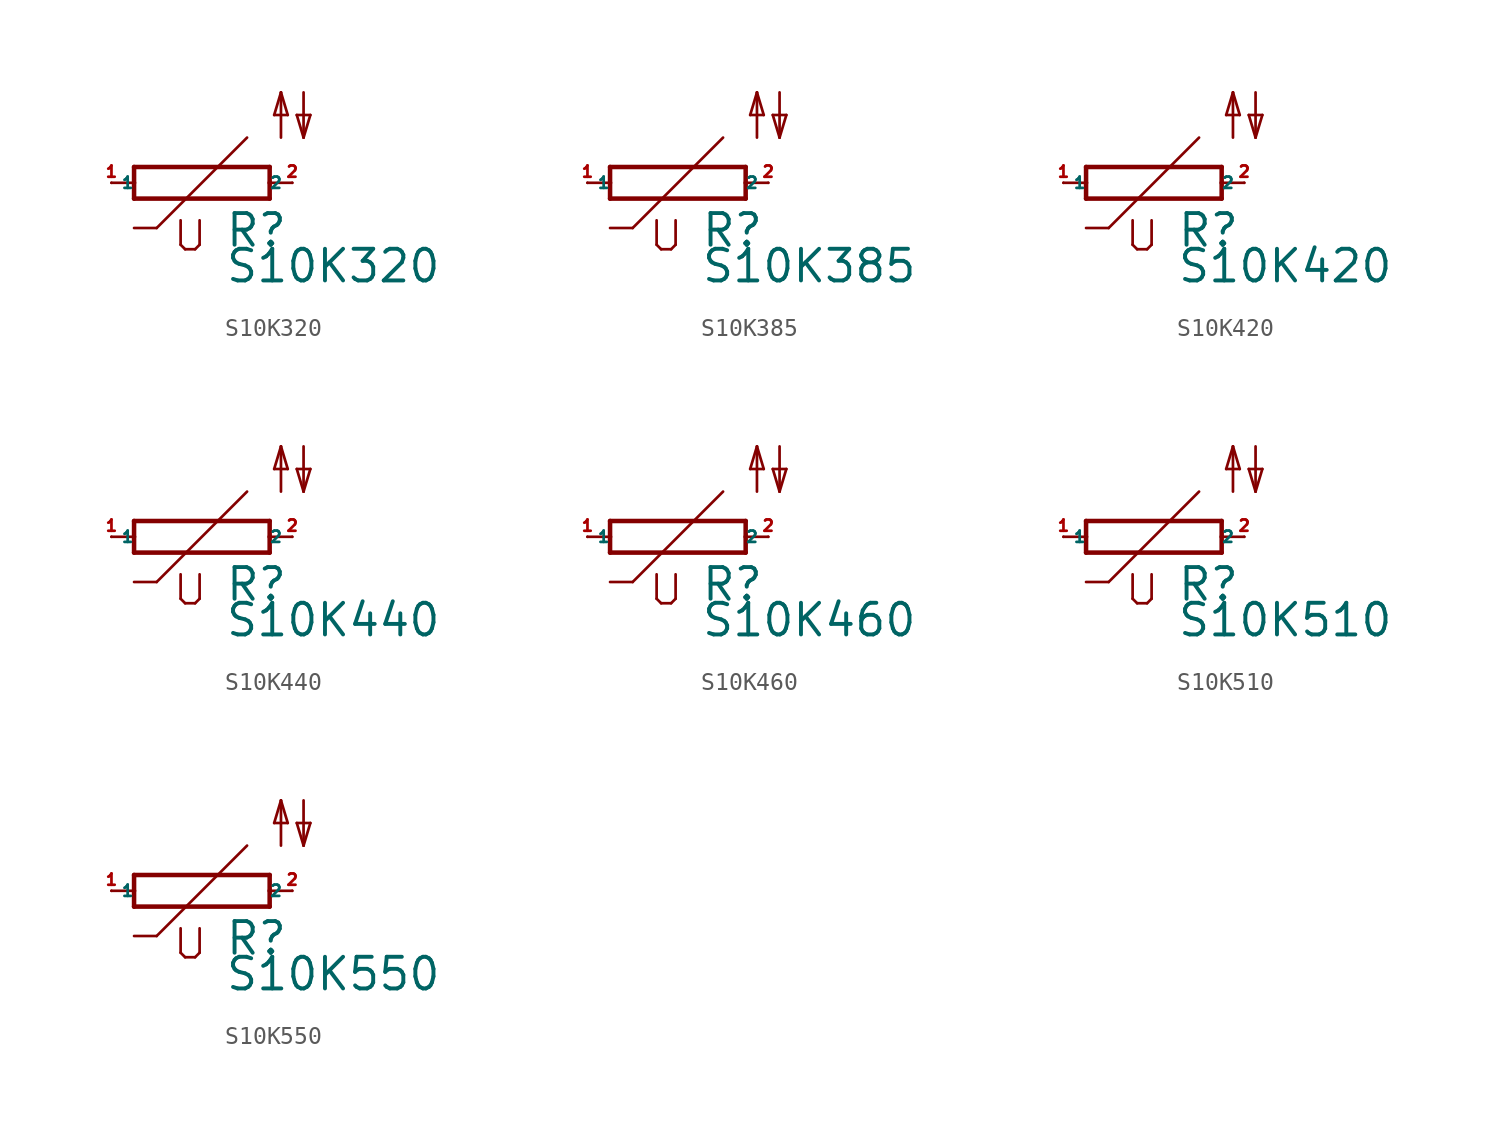
<source format=kicad_sym>
(kicad_symbol_lib
  (version 20220914)
  (generator Eagle2Kicad)
  (symbol "S10K320"
    (property "Reference" "R"
      (at 1.27 -3.708 0)
      (effects (font (size 1.778 1.778) (thickness 0.22)) (justify left bottom)))
    (property "Value" "S10K320"
      (at 1.27 -5.715 0)
      (effects (font (size 1.778 1.778) (thickness 0.22)) (justify left bottom)))
    (polyline
      (pts (xy -3.81 -0.889) (xy 3.81 -0.889))
      (stroke (width 0.254) (type default))
      (fill (type none)))
    (polyline
      (pts (xy 3.81 -0.889) (xy 3.81 0))
      (stroke (width 0.254) (type default))
      (fill (type none)))
    (polyline
      (pts (xy 3.81 0.889) (xy -3.81 0.889))
      (stroke (width 0.254) (type default))
      (fill (type none)))
    (polyline
      (pts (xy -3.81 -0.889) (xy -3.81 0))
      (stroke (width 0.254) (type default))
      (fill (type none)))
    (polyline
      (pts (xy 3.81 0) (xy 5.08 0))
      (stroke (width 0.152) (type default))
      (fill (type none)))
    (polyline
      (pts (xy 3.81 0) (xy 3.81 0.889))
      (stroke (width 0.254) (type default))
      (fill (type none)))
    (polyline
      (pts (xy -5.08 0) (xy -3.81 0))
      (stroke (width 0.152) (type default))
      (fill (type none)))
    (polyline
      (pts (xy -3.81 0) (xy -3.81 0.889))
      (stroke (width 0.254) (type default))
      (fill (type none)))
    (polyline
      (pts (xy 2.54 2.54) (xy -2.54 -2.54))
      (stroke (width 0.152) (type default))
      (fill (type none)))
    (polyline
      (pts (xy -2.54 -2.54) (xy -3.81 -2.54))
      (stroke (width 0.152) (type default))
      (fill (type none)))
    (polyline
      (pts (xy -1.194 -2.108) (xy -1.194 -3.48))
      (stroke (width 0.152) (type default))
      (fill (type none)))
    (polyline
      (pts (xy -0.94 -3.734) (xy -1.194 -3.48))
      (stroke (width 0.152) (type default))
      (fill (type none)))
    (polyline
      (pts (xy -0.94 -3.734) (xy -0.381 -3.734))
      (stroke (width 0.152) (type default))
      (fill (type none)))
    (polyline
      (pts (xy -0.127 -3.48) (xy -0.381 -3.734))
      (stroke (width 0.152) (type default))
      (fill (type none)))
    (polyline
      (pts (xy -0.127 -3.48) (xy -0.127 -2.108))
      (stroke (width 0.152) (type default))
      (fill (type none)))
    (polyline
      (pts (xy 5.715 5.08) (xy 5.715 2.54))
      (stroke (width 0.152) (type default))
      (fill (type none)))
    (polyline
      (pts (xy 5.715 2.54) (xy 6.096 3.81))
      (stroke (width 0.152) (type default))
      (fill (type none)))
    (polyline
      (pts (xy 6.096 3.81) (xy 5.334 3.81))
      (stroke (width 0.152) (type default))
      (fill (type none)))
    (polyline
      (pts (xy 5.334 3.81) (xy 5.715 2.54))
      (stroke (width 0.152) (type default))
      (fill (type none)))
    (polyline
      (pts (xy 4.445 2.54) (xy 4.445 5.08))
      (stroke (width 0.152) (type default))
      (fill (type none)))
    (polyline
      (pts (xy 4.445 5.08) (xy 4.826 3.81))
      (stroke (width 0.152) (type default))
      (fill (type none)))
    (polyline
      (pts (xy 4.826 3.81) (xy 4.064 3.81))
      (stroke (width 0.152) (type default))
      (fill (type none)))
    (polyline
      (pts (xy 4.064 3.81) (xy 4.445 5.08))
      (stroke (width 0.152) (type default))
      (fill (type none)))
    (pin passive line
      (at 5.08 0 180)
      (length 0)
      (name "2" (effects (font (size 0.635 0.635) (thickness 0.08)) (justify left bottom)))
      (number "2" (effects (font (size 0.635 0.635) (thickness 0.08)) (justify left bottom))))
    (pin passive line
      (at -5.08 0 0)
      (length 0)
      (name "1" (effects (font (size 0.635 0.635) (thickness 0.08)) (justify left bottom)))
      (number "1" (effects (font (size 0.635 0.635) (thickness 0.08)) (justify left bottom)))))
  (symbol "S10K385"
    (property "Reference" "R"
      (at 1.27 -3.708 0)
      (effects (font (size 1.778 1.778) (thickness 0.22)) (justify left bottom)))
    (property "Value" "S10K385"
      (at 1.27 -5.715 0)
      (effects (font (size 1.778 1.778) (thickness 0.22)) (justify left bottom)))
    (polyline
      (pts (xy -3.81 -0.889) (xy 3.81 -0.889))
      (stroke (width 0.254) (type default))
      (fill (type none)))
    (polyline
      (pts (xy 3.81 -0.889) (xy 3.81 0))
      (stroke (width 0.254) (type default))
      (fill (type none)))
    (polyline
      (pts (xy 3.81 0.889) (xy -3.81 0.889))
      (stroke (width 0.254) (type default))
      (fill (type none)))
    (polyline
      (pts (xy -3.81 -0.889) (xy -3.81 0))
      (stroke (width 0.254) (type default))
      (fill (type none)))
    (polyline
      (pts (xy 3.81 0) (xy 5.08 0))
      (stroke (width 0.152) (type default))
      (fill (type none)))
    (polyline
      (pts (xy 3.81 0) (xy 3.81 0.889))
      (stroke (width 0.254) (type default))
      (fill (type none)))
    (polyline
      (pts (xy -5.08 0) (xy -3.81 0))
      (stroke (width 0.152) (type default))
      (fill (type none)))
    (polyline
      (pts (xy -3.81 0) (xy -3.81 0.889))
      (stroke (width 0.254) (type default))
      (fill (type none)))
    (polyline
      (pts (xy 2.54 2.54) (xy -2.54 -2.54))
      (stroke (width 0.152) (type default))
      (fill (type none)))
    (polyline
      (pts (xy -2.54 -2.54) (xy -3.81 -2.54))
      (stroke (width 0.152) (type default))
      (fill (type none)))
    (polyline
      (pts (xy -1.194 -2.108) (xy -1.194 -3.48))
      (stroke (width 0.152) (type default))
      (fill (type none)))
    (polyline
      (pts (xy -0.94 -3.734) (xy -1.194 -3.48))
      (stroke (width 0.152) (type default))
      (fill (type none)))
    (polyline
      (pts (xy -0.94 -3.734) (xy -0.381 -3.734))
      (stroke (width 0.152) (type default))
      (fill (type none)))
    (polyline
      (pts (xy -0.127 -3.48) (xy -0.381 -3.734))
      (stroke (width 0.152) (type default))
      (fill (type none)))
    (polyline
      (pts (xy -0.127 -3.48) (xy -0.127 -2.108))
      (stroke (width 0.152) (type default))
      (fill (type none)))
    (polyline
      (pts (xy 5.715 5.08) (xy 5.715 2.54))
      (stroke (width 0.152) (type default))
      (fill (type none)))
    (polyline
      (pts (xy 5.715 2.54) (xy 6.096 3.81))
      (stroke (width 0.152) (type default))
      (fill (type none)))
    (polyline
      (pts (xy 6.096 3.81) (xy 5.334 3.81))
      (stroke (width 0.152) (type default))
      (fill (type none)))
    (polyline
      (pts (xy 5.334 3.81) (xy 5.715 2.54))
      (stroke (width 0.152) (type default))
      (fill (type none)))
    (polyline
      (pts (xy 4.445 2.54) (xy 4.445 5.08))
      (stroke (width 0.152) (type default))
      (fill (type none)))
    (polyline
      (pts (xy 4.445 5.08) (xy 4.826 3.81))
      (stroke (width 0.152) (type default))
      (fill (type none)))
    (polyline
      (pts (xy 4.826 3.81) (xy 4.064 3.81))
      (stroke (width 0.152) (type default))
      (fill (type none)))
    (polyline
      (pts (xy 4.064 3.81) (xy 4.445 5.08))
      (stroke (width 0.152) (type default))
      (fill (type none)))
    (pin passive line
      (at 5.08 0 180)
      (length 0)
      (name "2" (effects (font (size 0.635 0.635) (thickness 0.08)) (justify left bottom)))
      (number "2" (effects (font (size 0.635 0.635) (thickness 0.08)) (justify left bottom))))
    (pin passive line
      (at -5.08 0 0)
      (length 0)
      (name "1" (effects (font (size 0.635 0.635) (thickness 0.08)) (justify left bottom)))
      (number "1" (effects (font (size 0.635 0.635) (thickness 0.08)) (justify left bottom)))))
  (symbol "S10K420"
    (property "Reference" "R"
      (at 1.27 -3.708 0)
      (effects (font (size 1.778 1.778) (thickness 0.22)) (justify left bottom)))
    (property "Value" "S10K420"
      (at 1.27 -5.715 0)
      (effects (font (size 1.778 1.778) (thickness 0.22)) (justify left bottom)))
    (polyline
      (pts (xy -3.81 -0.889) (xy 3.81 -0.889))
      (stroke (width 0.254) (type default))
      (fill (type none)))
    (polyline
      (pts (xy 3.81 -0.889) (xy 3.81 0))
      (stroke (width 0.254) (type default))
      (fill (type none)))
    (polyline
      (pts (xy 3.81 0.889) (xy -3.81 0.889))
      (stroke (width 0.254) (type default))
      (fill (type none)))
    (polyline
      (pts (xy -3.81 -0.889) (xy -3.81 0))
      (stroke (width 0.254) (type default))
      (fill (type none)))
    (polyline
      (pts (xy 3.81 0) (xy 5.08 0))
      (stroke (width 0.152) (type default))
      (fill (type none)))
    (polyline
      (pts (xy 3.81 0) (xy 3.81 0.889))
      (stroke (width 0.254) (type default))
      (fill (type none)))
    (polyline
      (pts (xy -5.08 0) (xy -3.81 0))
      (stroke (width 0.152) (type default))
      (fill (type none)))
    (polyline
      (pts (xy -3.81 0) (xy -3.81 0.889))
      (stroke (width 0.254) (type default))
      (fill (type none)))
    (polyline
      (pts (xy 2.54 2.54) (xy -2.54 -2.54))
      (stroke (width 0.152) (type default))
      (fill (type none)))
    (polyline
      (pts (xy -2.54 -2.54) (xy -3.81 -2.54))
      (stroke (width 0.152) (type default))
      (fill (type none)))
    (polyline
      (pts (xy -1.194 -2.108) (xy -1.194 -3.48))
      (stroke (width 0.152) (type default))
      (fill (type none)))
    (polyline
      (pts (xy -0.94 -3.734) (xy -1.194 -3.48))
      (stroke (width 0.152) (type default))
      (fill (type none)))
    (polyline
      (pts (xy -0.94 -3.734) (xy -0.381 -3.734))
      (stroke (width 0.152) (type default))
      (fill (type none)))
    (polyline
      (pts (xy -0.127 -3.48) (xy -0.381 -3.734))
      (stroke (width 0.152) (type default))
      (fill (type none)))
    (polyline
      (pts (xy -0.127 -3.48) (xy -0.127 -2.108))
      (stroke (width 0.152) (type default))
      (fill (type none)))
    (polyline
      (pts (xy 5.715 5.08) (xy 5.715 2.54))
      (stroke (width 0.152) (type default))
      (fill (type none)))
    (polyline
      (pts (xy 5.715 2.54) (xy 6.096 3.81))
      (stroke (width 0.152) (type default))
      (fill (type none)))
    (polyline
      (pts (xy 6.096 3.81) (xy 5.334 3.81))
      (stroke (width 0.152) (type default))
      (fill (type none)))
    (polyline
      (pts (xy 5.334 3.81) (xy 5.715 2.54))
      (stroke (width 0.152) (type default))
      (fill (type none)))
    (polyline
      (pts (xy 4.445 2.54) (xy 4.445 5.08))
      (stroke (width 0.152) (type default))
      (fill (type none)))
    (polyline
      (pts (xy 4.445 5.08) (xy 4.826 3.81))
      (stroke (width 0.152) (type default))
      (fill (type none)))
    (polyline
      (pts (xy 4.826 3.81) (xy 4.064 3.81))
      (stroke (width 0.152) (type default))
      (fill (type none)))
    (polyline
      (pts (xy 4.064 3.81) (xy 4.445 5.08))
      (stroke (width 0.152) (type default))
      (fill (type none)))
    (pin passive line
      (at 5.08 0 180)
      (length 0)
      (name "2" (effects (font (size 0.635 0.635) (thickness 0.08)) (justify left bottom)))
      (number "2" (effects (font (size 0.635 0.635) (thickness 0.08)) (justify left bottom))))
    (pin passive line
      (at -5.08 0 0)
      (length 0)
      (name "1" (effects (font (size 0.635 0.635) (thickness 0.08)) (justify left bottom)))
      (number "1" (effects (font (size 0.635 0.635) (thickness 0.08)) (justify left bottom)))))
  (symbol "S10K440"
    (property "Reference" "R"
      (at 1.27 -3.708 0)
      (effects (font (size 1.778 1.778) (thickness 0.22)) (justify left bottom)))
    (property "Value" "S10K440"
      (at 1.27 -5.715 0)
      (effects (font (size 1.778 1.778) (thickness 0.22)) (justify left bottom)))
    (polyline
      (pts (xy -3.81 -0.889) (xy 3.81 -0.889))
      (stroke (width 0.254) (type default))
      (fill (type none)))
    (polyline
      (pts (xy 3.81 -0.889) (xy 3.81 0))
      (stroke (width 0.254) (type default))
      (fill (type none)))
    (polyline
      (pts (xy 3.81 0.889) (xy -3.81 0.889))
      (stroke (width 0.254) (type default))
      (fill (type none)))
    (polyline
      (pts (xy -3.81 -0.889) (xy -3.81 0))
      (stroke (width 0.254) (type default))
      (fill (type none)))
    (polyline
      (pts (xy 3.81 0) (xy 5.08 0))
      (stroke (width 0.152) (type default))
      (fill (type none)))
    (polyline
      (pts (xy 3.81 0) (xy 3.81 0.889))
      (stroke (width 0.254) (type default))
      (fill (type none)))
    (polyline
      (pts (xy -5.08 0) (xy -3.81 0))
      (stroke (width 0.152) (type default))
      (fill (type none)))
    (polyline
      (pts (xy -3.81 0) (xy -3.81 0.889))
      (stroke (width 0.254) (type default))
      (fill (type none)))
    (polyline
      (pts (xy 2.54 2.54) (xy -2.54 -2.54))
      (stroke (width 0.152) (type default))
      (fill (type none)))
    (polyline
      (pts (xy -2.54 -2.54) (xy -3.81 -2.54))
      (stroke (width 0.152) (type default))
      (fill (type none)))
    (polyline
      (pts (xy -1.194 -2.108) (xy -1.194 -3.48))
      (stroke (width 0.152) (type default))
      (fill (type none)))
    (polyline
      (pts (xy -0.94 -3.734) (xy -1.194 -3.48))
      (stroke (width 0.152) (type default))
      (fill (type none)))
    (polyline
      (pts (xy -0.94 -3.734) (xy -0.381 -3.734))
      (stroke (width 0.152) (type default))
      (fill (type none)))
    (polyline
      (pts (xy -0.127 -3.48) (xy -0.381 -3.734))
      (stroke (width 0.152) (type default))
      (fill (type none)))
    (polyline
      (pts (xy -0.127 -3.48) (xy -0.127 -2.108))
      (stroke (width 0.152) (type default))
      (fill (type none)))
    (polyline
      (pts (xy 5.715 5.08) (xy 5.715 2.54))
      (stroke (width 0.152) (type default))
      (fill (type none)))
    (polyline
      (pts (xy 5.715 2.54) (xy 6.096 3.81))
      (stroke (width 0.152) (type default))
      (fill (type none)))
    (polyline
      (pts (xy 6.096 3.81) (xy 5.334 3.81))
      (stroke (width 0.152) (type default))
      (fill (type none)))
    (polyline
      (pts (xy 5.334 3.81) (xy 5.715 2.54))
      (stroke (width 0.152) (type default))
      (fill (type none)))
    (polyline
      (pts (xy 4.445 2.54) (xy 4.445 5.08))
      (stroke (width 0.152) (type default))
      (fill (type none)))
    (polyline
      (pts (xy 4.445 5.08) (xy 4.826 3.81))
      (stroke (width 0.152) (type default))
      (fill (type none)))
    (polyline
      (pts (xy 4.826 3.81) (xy 4.064 3.81))
      (stroke (width 0.152) (type default))
      (fill (type none)))
    (polyline
      (pts (xy 4.064 3.81) (xy 4.445 5.08))
      (stroke (width 0.152) (type default))
      (fill (type none)))
    (pin passive line
      (at 5.08 0 180)
      (length 0)
      (name "2" (effects (font (size 0.635 0.635) (thickness 0.08)) (justify left bottom)))
      (number "2" (effects (font (size 0.635 0.635) (thickness 0.08)) (justify left bottom))))
    (pin passive line
      (at -5.08 0 0)
      (length 0)
      (name "1" (effects (font (size 0.635 0.635) (thickness 0.08)) (justify left bottom)))
      (number "1" (effects (font (size 0.635 0.635) (thickness 0.08)) (justify left bottom)))))
  (symbol "S10K460"
    (property "Reference" "R"
      (at 1.27 -3.708 0)
      (effects (font (size 1.778 1.778) (thickness 0.22)) (justify left bottom)))
    (property "Value" "S10K460"
      (at 1.27 -5.715 0)
      (effects (font (size 1.778 1.778) (thickness 0.22)) (justify left bottom)))
    (polyline
      (pts (xy -3.81 -0.889) (xy 3.81 -0.889))
      (stroke (width 0.254) (type default))
      (fill (type none)))
    (polyline
      (pts (xy 3.81 -0.889) (xy 3.81 0))
      (stroke (width 0.254) (type default))
      (fill (type none)))
    (polyline
      (pts (xy 3.81 0.889) (xy -3.81 0.889))
      (stroke (width 0.254) (type default))
      (fill (type none)))
    (polyline
      (pts (xy -3.81 -0.889) (xy -3.81 0))
      (stroke (width 0.254) (type default))
      (fill (type none)))
    (polyline
      (pts (xy 3.81 0) (xy 5.08 0))
      (stroke (width 0.152) (type default))
      (fill (type none)))
    (polyline
      (pts (xy 3.81 0) (xy 3.81 0.889))
      (stroke (width 0.254) (type default))
      (fill (type none)))
    (polyline
      (pts (xy -5.08 0) (xy -3.81 0))
      (stroke (width 0.152) (type default))
      (fill (type none)))
    (polyline
      (pts (xy -3.81 0) (xy -3.81 0.889))
      (stroke (width 0.254) (type default))
      (fill (type none)))
    (polyline
      (pts (xy 2.54 2.54) (xy -2.54 -2.54))
      (stroke (width 0.152) (type default))
      (fill (type none)))
    (polyline
      (pts (xy -2.54 -2.54) (xy -3.81 -2.54))
      (stroke (width 0.152) (type default))
      (fill (type none)))
    (polyline
      (pts (xy -1.194 -2.108) (xy -1.194 -3.48))
      (stroke (width 0.152) (type default))
      (fill (type none)))
    (polyline
      (pts (xy -0.94 -3.734) (xy -1.194 -3.48))
      (stroke (width 0.152) (type default))
      (fill (type none)))
    (polyline
      (pts (xy -0.94 -3.734) (xy -0.381 -3.734))
      (stroke (width 0.152) (type default))
      (fill (type none)))
    (polyline
      (pts (xy -0.127 -3.48) (xy -0.381 -3.734))
      (stroke (width 0.152) (type default))
      (fill (type none)))
    (polyline
      (pts (xy -0.127 -3.48) (xy -0.127 -2.108))
      (stroke (width 0.152) (type default))
      (fill (type none)))
    (polyline
      (pts (xy 5.715 5.08) (xy 5.715 2.54))
      (stroke (width 0.152) (type default))
      (fill (type none)))
    (polyline
      (pts (xy 5.715 2.54) (xy 6.096 3.81))
      (stroke (width 0.152) (type default))
      (fill (type none)))
    (polyline
      (pts (xy 6.096 3.81) (xy 5.334 3.81))
      (stroke (width 0.152) (type default))
      (fill (type none)))
    (polyline
      (pts (xy 5.334 3.81) (xy 5.715 2.54))
      (stroke (width 0.152) (type default))
      (fill (type none)))
    (polyline
      (pts (xy 4.445 2.54) (xy 4.445 5.08))
      (stroke (width 0.152) (type default))
      (fill (type none)))
    (polyline
      (pts (xy 4.445 5.08) (xy 4.826 3.81))
      (stroke (width 0.152) (type default))
      (fill (type none)))
    (polyline
      (pts (xy 4.826 3.81) (xy 4.064 3.81))
      (stroke (width 0.152) (type default))
      (fill (type none)))
    (polyline
      (pts (xy 4.064 3.81) (xy 4.445 5.08))
      (stroke (width 0.152) (type default))
      (fill (type none)))
    (pin passive line
      (at 5.08 0 180)
      (length 0)
      (name "2" (effects (font (size 0.635 0.635) (thickness 0.08)) (justify left bottom)))
      (number "2" (effects (font (size 0.635 0.635) (thickness 0.08)) (justify left bottom))))
    (pin passive line
      (at -5.08 0 0)
      (length 0)
      (name "1" (effects (font (size 0.635 0.635) (thickness 0.08)) (justify left bottom)))
      (number "1" (effects (font (size 0.635 0.635) (thickness 0.08)) (justify left bottom)))))
  (symbol "S10K510"
    (property "Reference" "R"
      (at 1.27 -3.708 0)
      (effects (font (size 1.778 1.778) (thickness 0.22)) (justify left bottom)))
    (property "Value" "S10K510"
      (at 1.27 -5.715 0)
      (effects (font (size 1.778 1.778) (thickness 0.22)) (justify left bottom)))
    (polyline
      (pts (xy -3.81 -0.889) (xy 3.81 -0.889))
      (stroke (width 0.254) (type default))
      (fill (type none)))
    (polyline
      (pts (xy 3.81 -0.889) (xy 3.81 0))
      (stroke (width 0.254) (type default))
      (fill (type none)))
    (polyline
      (pts (xy 3.81 0.889) (xy -3.81 0.889))
      (stroke (width 0.254) (type default))
      (fill (type none)))
    (polyline
      (pts (xy -3.81 -0.889) (xy -3.81 0))
      (stroke (width 0.254) (type default))
      (fill (type none)))
    (polyline
      (pts (xy 3.81 0) (xy 5.08 0))
      (stroke (width 0.152) (type default))
      (fill (type none)))
    (polyline
      (pts (xy 3.81 0) (xy 3.81 0.889))
      (stroke (width 0.254) (type default))
      (fill (type none)))
    (polyline
      (pts (xy -5.08 0) (xy -3.81 0))
      (stroke (width 0.152) (type default))
      (fill (type none)))
    (polyline
      (pts (xy -3.81 0) (xy -3.81 0.889))
      (stroke (width 0.254) (type default))
      (fill (type none)))
    (polyline
      (pts (xy 2.54 2.54) (xy -2.54 -2.54))
      (stroke (width 0.152) (type default))
      (fill (type none)))
    (polyline
      (pts (xy -2.54 -2.54) (xy -3.81 -2.54))
      (stroke (width 0.152) (type default))
      (fill (type none)))
    (polyline
      (pts (xy -1.194 -2.108) (xy -1.194 -3.48))
      (stroke (width 0.152) (type default))
      (fill (type none)))
    (polyline
      (pts (xy -0.94 -3.734) (xy -1.194 -3.48))
      (stroke (width 0.152) (type default))
      (fill (type none)))
    (polyline
      (pts (xy -0.94 -3.734) (xy -0.381 -3.734))
      (stroke (width 0.152) (type default))
      (fill (type none)))
    (polyline
      (pts (xy -0.127 -3.48) (xy -0.381 -3.734))
      (stroke (width 0.152) (type default))
      (fill (type none)))
    (polyline
      (pts (xy -0.127 -3.48) (xy -0.127 -2.108))
      (stroke (width 0.152) (type default))
      (fill (type none)))
    (polyline
      (pts (xy 5.715 5.08) (xy 5.715 2.54))
      (stroke (width 0.152) (type default))
      (fill (type none)))
    (polyline
      (pts (xy 5.715 2.54) (xy 6.096 3.81))
      (stroke (width 0.152) (type default))
      (fill (type none)))
    (polyline
      (pts (xy 6.096 3.81) (xy 5.334 3.81))
      (stroke (width 0.152) (type default))
      (fill (type none)))
    (polyline
      (pts (xy 5.334 3.81) (xy 5.715 2.54))
      (stroke (width 0.152) (type default))
      (fill (type none)))
    (polyline
      (pts (xy 4.445 2.54) (xy 4.445 5.08))
      (stroke (width 0.152) (type default))
      (fill (type none)))
    (polyline
      (pts (xy 4.445 5.08) (xy 4.826 3.81))
      (stroke (width 0.152) (type default))
      (fill (type none)))
    (polyline
      (pts (xy 4.826 3.81) (xy 4.064 3.81))
      (stroke (width 0.152) (type default))
      (fill (type none)))
    (polyline
      (pts (xy 4.064 3.81) (xy 4.445 5.08))
      (stroke (width 0.152) (type default))
      (fill (type none)))
    (pin passive line
      (at 5.08 0 180)
      (length 0)
      (name "2" (effects (font (size 0.635 0.635) (thickness 0.08)) (justify left bottom)))
      (number "2" (effects (font (size 0.635 0.635) (thickness 0.08)) (justify left bottom))))
    (pin passive line
      (at -5.08 0 0)
      (length 0)
      (name "1" (effects (font (size 0.635 0.635) (thickness 0.08)) (justify left bottom)))
      (number "1" (effects (font (size 0.635 0.635) (thickness 0.08)) (justify left bottom)))))
  (symbol "S10K550"
    (property "Reference" "R"
      (at 1.27 -3.708 0)
      (effects (font (size 1.778 1.778) (thickness 0.22)) (justify left bottom)))
    (property "Value" "S10K550"
      (at 1.27 -5.715 0)
      (effects (font (size 1.778 1.778) (thickness 0.22)) (justify left bottom)))
    (polyline
      (pts (xy -3.81 -0.889) (xy 3.81 -0.889))
      (stroke (width 0.254) (type default))
      (fill (type none)))
    (polyline
      (pts (xy 3.81 -0.889) (xy 3.81 0))
      (stroke (width 0.254) (type default))
      (fill (type none)))
    (polyline
      (pts (xy 3.81 0.889) (xy -3.81 0.889))
      (stroke (width 0.254) (type default))
      (fill (type none)))
    (polyline
      (pts (xy -3.81 -0.889) (xy -3.81 0))
      (stroke (width 0.254) (type default))
      (fill (type none)))
    (polyline
      (pts (xy 3.81 0) (xy 5.08 0))
      (stroke (width 0.152) (type default))
      (fill (type none)))
    (polyline
      (pts (xy 3.81 0) (xy 3.81 0.889))
      (stroke (width 0.254) (type default))
      (fill (type none)))
    (polyline
      (pts (xy -5.08 0) (xy -3.81 0))
      (stroke (width 0.152) (type default))
      (fill (type none)))
    (polyline
      (pts (xy -3.81 0) (xy -3.81 0.889))
      (stroke (width 0.254) (type default))
      (fill (type none)))
    (polyline
      (pts (xy 2.54 2.54) (xy -2.54 -2.54))
      (stroke (width 0.152) (type default))
      (fill (type none)))
    (polyline
      (pts (xy -2.54 -2.54) (xy -3.81 -2.54))
      (stroke (width 0.152) (type default))
      (fill (type none)))
    (polyline
      (pts (xy -1.194 -2.108) (xy -1.194 -3.48))
      (stroke (width 0.152) (type default))
      (fill (type none)))
    (polyline
      (pts (xy -0.94 -3.734) (xy -1.194 -3.48))
      (stroke (width 0.152) (type default))
      (fill (type none)))
    (polyline
      (pts (xy -0.94 -3.734) (xy -0.381 -3.734))
      (stroke (width 0.152) (type default))
      (fill (type none)))
    (polyline
      (pts (xy -0.127 -3.48) (xy -0.381 -3.734))
      (stroke (width 0.152) (type default))
      (fill (type none)))
    (polyline
      (pts (xy -0.127 -3.48) (xy -0.127 -2.108))
      (stroke (width 0.152) (type default))
      (fill (type none)))
    (polyline
      (pts (xy 5.715 5.08) (xy 5.715 2.54))
      (stroke (width 0.152) (type default))
      (fill (type none)))
    (polyline
      (pts (xy 5.715 2.54) (xy 6.096 3.81))
      (stroke (width 0.152) (type default))
      (fill (type none)))
    (polyline
      (pts (xy 6.096 3.81) (xy 5.334 3.81))
      (stroke (width 0.152) (type default))
      (fill (type none)))
    (polyline
      (pts (xy 5.334 3.81) (xy 5.715 2.54))
      (stroke (width 0.152) (type default))
      (fill (type none)))
    (polyline
      (pts (xy 4.445 2.54) (xy 4.445 5.08))
      (stroke (width 0.152) (type default))
      (fill (type none)))
    (polyline
      (pts (xy 4.445 5.08) (xy 4.826 3.81))
      (stroke (width 0.152) (type default))
      (fill (type none)))
    (polyline
      (pts (xy 4.826 3.81) (xy 4.064 3.81))
      (stroke (width 0.152) (type default))
      (fill (type none)))
    (polyline
      (pts (xy 4.064 3.81) (xy 4.445 5.08))
      (stroke (width 0.152) (type default))
      (fill (type none)))
    (pin passive line
      (at 5.08 0 180)
      (length 0)
      (name "2" (effects (font (size 0.635 0.635) (thickness 0.08)) (justify left bottom)))
      (number "2" (effects (font (size 0.635 0.635) (thickness 0.08)) (justify left bottom))))
    (pin passive line
      (at -5.08 0 0)
      (length 0)
      (name "1" (effects (font (size 0.635 0.635) (thickness 0.08)) (justify left bottom)))
      (number "1" (effects (font (size 0.635 0.635) (thickness 0.08)) (justify left bottom))))))
</source>
